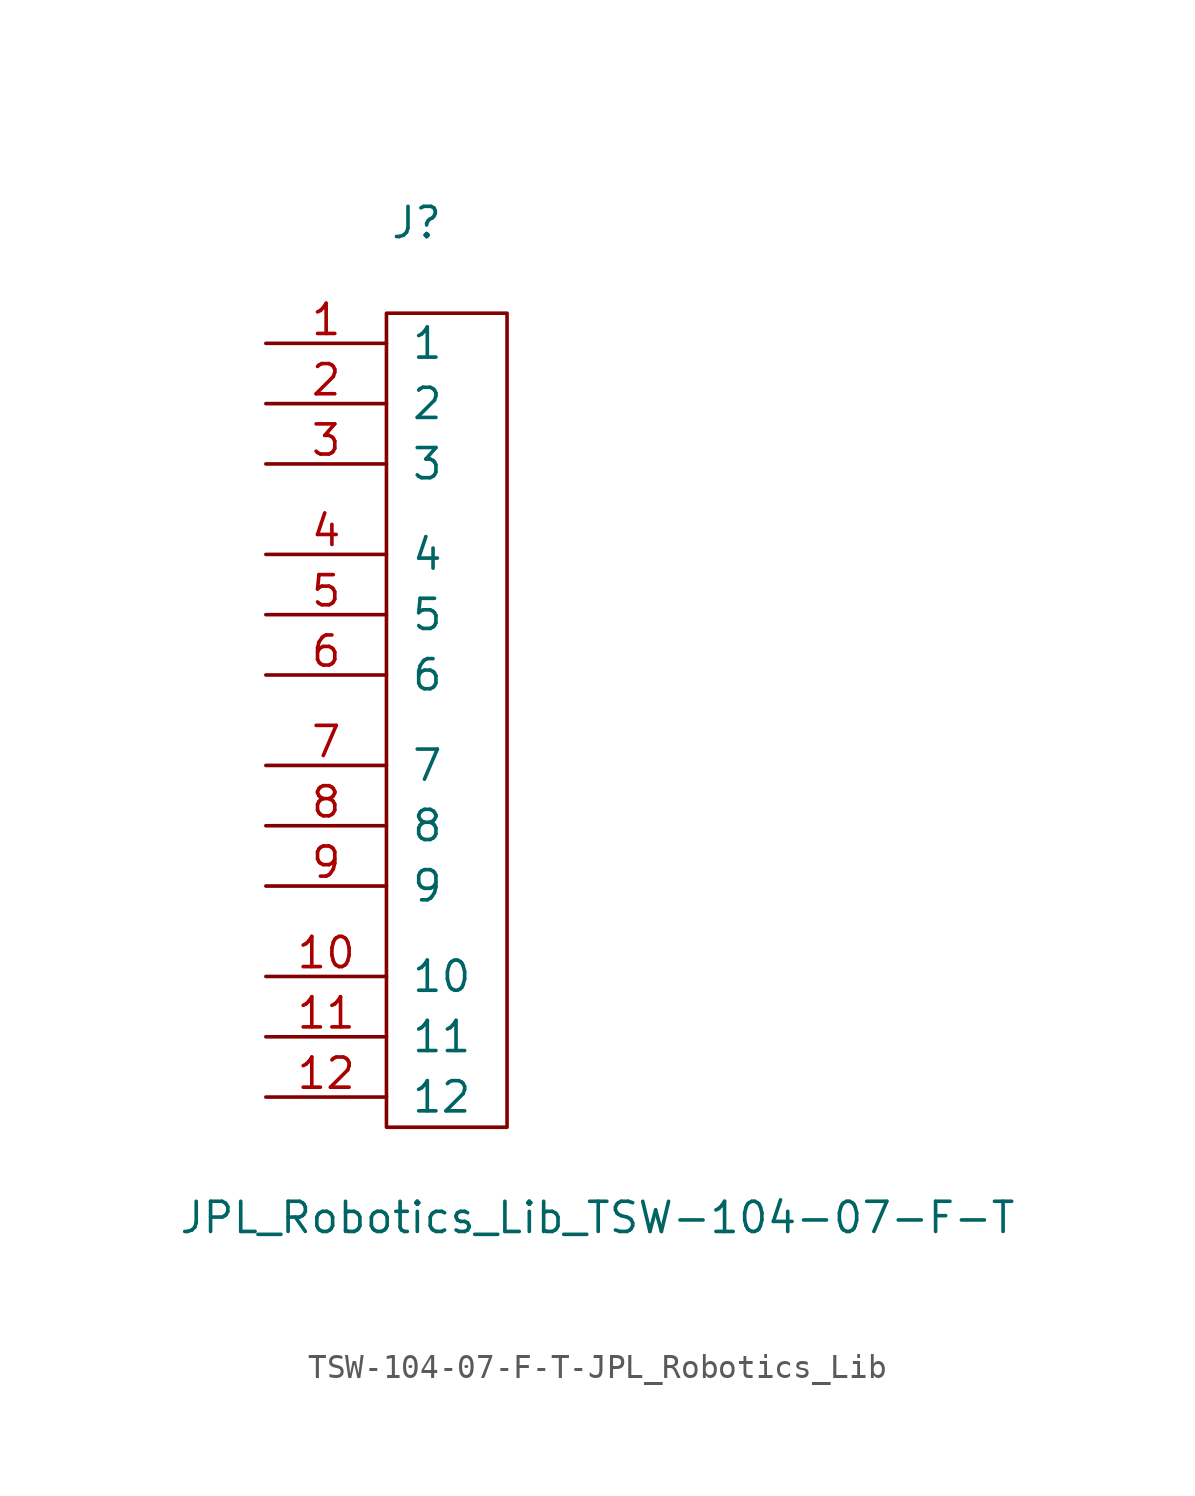
<source format=kicad_sym>
(kicad_symbol_lib
  (version 20231120)
  (generator "kicad_symbol_editor")
  (generator_version "8.0")
  (symbol "TSW-104-07-F-T-JPL_Robotics_Lib"
    (pin_names
      (offset 1.016))
    (property "Reference" "J"
      (at 1.27 40.64 0)
      (effects (font (size 1.27 1.27))))
    (property "Value" "JPL_Robotics_Lib_TSW-104-07-F-T"
      (at 8.89 -1.27 0)
      (effects (font (size 1.27 1.27))))
    (symbol "TSW-104-07-F-T-JPL_Robotics_Lib_0_1"
      (rectangle (start 0 2.54) (end 5.08 36.83) (stroke (width 0) (type solid)) (fill (type none))))
    (symbol "TSW-104-07-F-T-JPL_Robotics_Lib_1_1"
      (pin passive line (at -5.08 35.56 0) (length 5.08) (name "1" (effects (font (size 1.27 1.27)))) (number "1" (effects (font (size 1.27 1.27)))))
      (pin passive line (at -5.08 8.89 0) (length 5.08) (name "10" (effects (font (size 1.27 1.27)))) (number "10" (effects (font (size 1.27 1.27)))))
      (pin passive line (at -5.08 6.35 0) (length 5.08) (name "11" (effects (font (size 1.27 1.27)))) (number "11" (effects (font (size 1.27 1.27)))))
      (pin passive line (at -5.08 3.81 0) (length 5.08) (name "12" (effects (font (size 1.27 1.27)))) (number "12" (effects (font (size 1.27 1.27)))))
      (pin passive line (at -5.08 33.02 0) (length 5.08) (name "2" (effects (font (size 1.27 1.27)))) (number "2" (effects (font (size 1.27 1.27)))))
      (pin passive line (at -5.08 30.48 0) (length 5.08) (name "3" (effects (font (size 1.27 1.27)))) (number "3" (effects (font (size 1.27 1.27)))))
      (pin passive line (at -5.08 26.67 0) (length 5.08) (name "4" (effects (font (size 1.27 1.27)))) (number "4" (effects (font (size 1.27 1.27)))))
      (pin passive line (at -5.08 24.13 0) (length 5.08) (name "5" (effects (font (size 1.27 1.27)))) (number "5" (effects (font (size 1.27 1.27)))))
      (pin passive line (at -5.08 21.59 0) (length 5.08) (name "6" (effects (font (size 1.27 1.27)))) (number "6" (effects (font (size 1.27 1.27)))))
      (pin passive line (at -5.08 17.78 0) (length 5.08) (name "7" (effects (font (size 1.27 1.27)))) (number "7" (effects (font (size 1.27 1.27)))))
      (pin passive line (at -5.08 15.24 0) (length 5.08) (name "8" (effects (font (size 1.27 1.27)))) (number "8" (effects (font (size 1.27 1.27)))))
      (pin passive line (at -5.08 12.7 0) (length 5.08) (name "9" (effects (font (size 1.27 1.27)))) (number "9" (effects (font (size 1.27 1.27))))))))
</source>
